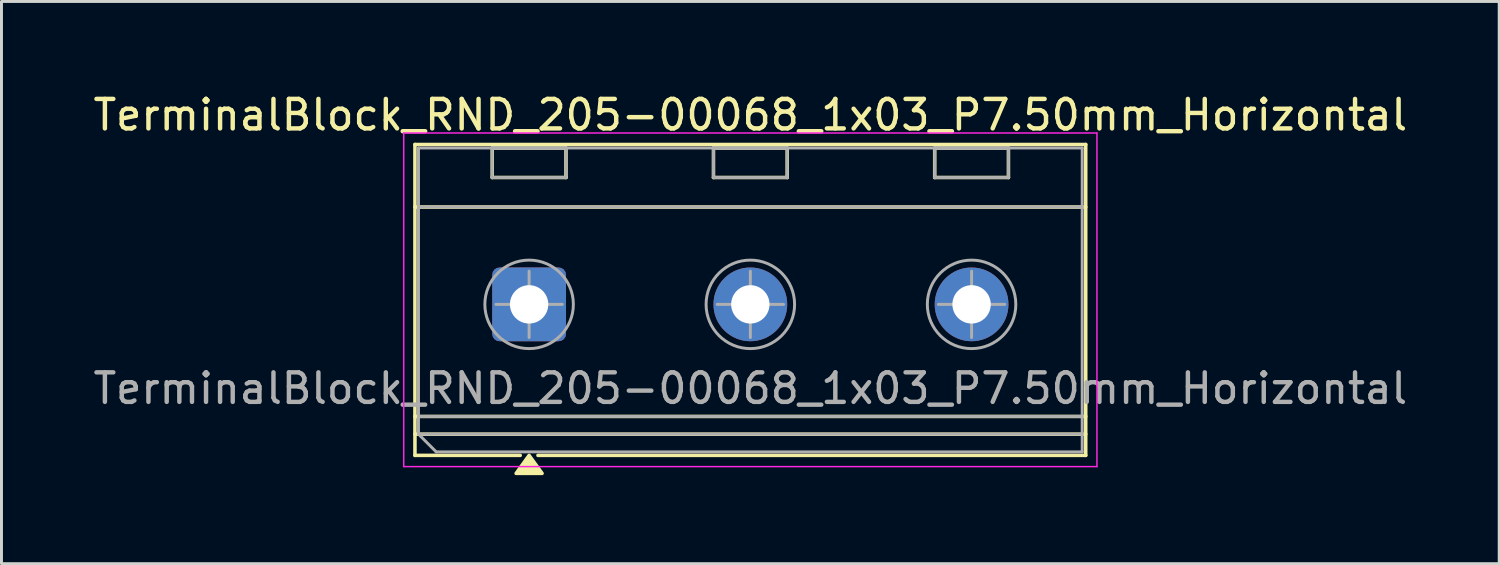
<source format=kicad_pcb>
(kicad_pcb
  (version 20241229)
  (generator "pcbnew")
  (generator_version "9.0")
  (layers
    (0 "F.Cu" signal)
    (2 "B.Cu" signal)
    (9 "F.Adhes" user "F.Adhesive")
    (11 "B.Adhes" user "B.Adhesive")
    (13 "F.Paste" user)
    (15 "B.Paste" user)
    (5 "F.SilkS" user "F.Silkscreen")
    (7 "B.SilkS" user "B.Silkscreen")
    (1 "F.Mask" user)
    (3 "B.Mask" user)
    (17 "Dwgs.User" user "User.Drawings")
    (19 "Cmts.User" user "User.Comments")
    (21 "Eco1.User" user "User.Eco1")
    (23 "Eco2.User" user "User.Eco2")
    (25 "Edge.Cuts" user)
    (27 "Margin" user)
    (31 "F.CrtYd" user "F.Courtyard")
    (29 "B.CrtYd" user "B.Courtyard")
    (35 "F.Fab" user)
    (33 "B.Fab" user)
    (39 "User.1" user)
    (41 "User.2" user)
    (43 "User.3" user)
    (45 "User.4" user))
  (footprint "TerminalBlock_RND_205-00068_1x03_P7.50mm_Horizontal"
    (layer "F.Cu")
    (at 14.887 7.268)
    (property "Reference" "TerminalBlock_RND_205-00068_1x03_P7.50mm_Horizontal" (at 7.5 -6.42 0) (layer "F.SilkS") (effects (font (size 1 1) (thickness 0.15))))
    (attr through_hole)
    (fp_line (start -3.87 -5.42) (end -3.87 5.12) (stroke (width 0.12) (type solid)) (layer "F.SilkS"))
    (fp_line (start -3.87 -5.42) (end 18.87 -5.42) (stroke (width 0.12) (type solid)) (layer "F.SilkS"))
    (fp_line (start -3.87 -3.3) (end 18.87 -3.3) (stroke (width 0.12) (type solid)) (layer "F.SilkS"))
    (fp_line (start -3.87 3.8) (end 18.87 3.8) (stroke (width 0.12) (type solid)) (layer "F.SilkS"))
    (fp_line (start -3.87 4.4) (end 18.87 4.4) (stroke (width 0.12) (type solid)) (layer "F.SilkS"))
    (fp_line (start -3.87 5.12) (end -0.3 5.12) (stroke (width 0.12) (type solid)) (layer "F.SilkS"))
    (fp_line (start -1.25 -5.3) (end -1.25 -4.3) (stroke (width 0.12) (type solid)) (layer "F.SilkS"))
    (fp_line (start -1.25 -5.3) (end 1.25 -5.3) (stroke (width 0.12) (type solid)) (layer "F.SilkS"))
    (fp_line (start -1.25 -4.3) (end 1.25 -4.3) (stroke (width 0.12) (type solid)) (layer "F.SilkS"))
    (fp_line (start 0.3 5.12) (end 18.87 5.12) (stroke (width 0.12) (type solid)) (layer "F.SilkS"))
    (fp_line (start 1.25 -5.3) (end 1.25 -4.3) (stroke (width 0.12) (type solid)) (layer "F.SilkS"))
    (fp_line (start 6.25 -5.3) (end 6.25 -4.3) (stroke (width 0.12) (type solid)) (layer "F.SilkS"))
    (fp_line (start 6.25 -5.3) (end 8.75 -5.3) (stroke (width 0.12) (type solid)) (layer "F.SilkS"))
    (fp_line (start 6.25 -4.3) (end 8.75 -4.3) (stroke (width 0.12) (type solid)) (layer "F.SilkS"))
    (fp_line (start 8.75 -5.3) (end 8.75 -4.3) (stroke (width 0.12) (type solid)) (layer "F.SilkS"))
    (fp_line (start 13.75 -5.3) (end 13.75 -4.3) (stroke (width 0.12) (type solid)) (layer "F.SilkS"))
    (fp_line (start 13.75 -5.3) (end 16.25 -5.3) (stroke (width 0.12) (type solid)) (layer "F.SilkS"))
    (fp_line (start 13.75 -4.3) (end 16.25 -4.3) (stroke (width 0.12) (type solid)) (layer "F.SilkS"))
    (fp_line (start 16.25 -5.3) (end 16.25 -4.3) (stroke (width 0.12) (type solid)) (layer "F.SilkS"))
    (fp_line (start 18.87 -5.42) (end 18.87 5.12) (stroke (width 0.12) (type solid)) (layer "F.SilkS"))
    (fp_poly (pts (xy 0 5.12) (xy 0.44 5.73) (xy -0.44 5.73)) (stroke (width 0.12) (type solid)) (fill yes) (layer "F.SilkS"))
    (fp_line (start -4.25 -5.81) (end -4.25 5.5) (stroke (width 0.05) (type solid)) (layer "F.CrtYd"))
    (fp_line (start -4.25 5.5) (end 19.25 5.5) (stroke (width 0.05) (type solid)) (layer "F.CrtYd"))
    (fp_line (start 19.25 -5.81) (end -4.25 -5.81) (stroke (width 0.05) (type solid)) (layer "F.CrtYd"))
    (fp_line (start 19.25 5.5) (end 19.25 -5.81) (stroke (width 0.05) (type solid)) (layer "F.CrtYd"))
    (fp_line (start -3.75 -5.3) (end 18.75 -5.3) (stroke (width 0.1) (type solid)) (layer "F.Fab"))
    (fp_line (start -3.75 -3.3) (end 18.75 -3.3) (stroke (width 0.1) (type solid)) (layer "F.Fab"))
    (fp_line (start -3.75 3.8) (end 18.75 3.8) (stroke (width 0.1) (type solid)) (layer "F.Fab"))
    (fp_line (start -3.75 4.4) (end -3.75 -5.3) (stroke (width 0.1) (type solid)) (layer "F.Fab"))
    (fp_line (start -3.75 4.4) (end 18.75 4.4) (stroke (width 0.1) (type solid)) (layer "F.Fab"))
    (fp_line (start -3.15 5) (end -3.75 4.4) (stroke (width 0.1) (type solid)) (layer "F.Fab"))
    (fp_line (start -1.25 -5.3) (end -1.25 -4.3) (stroke (width 0.1) (type solid)) (layer "F.Fab"))
    (fp_line (start -1.25 -4.3) (end 1.25 -4.3) (stroke (width 0.1) (type solid)) (layer "F.Fab"))
    (fp_line (start -1.125 0) (end 1.125 0) (stroke (width 0.1) (type solid)) (layer "F.Fab"))
    (fp_line (start 0 -1.125) (end 0 1.125) (stroke (width 0.1) (type solid)) (layer "F.Fab"))
    (fp_line (start 1.25 -5.3) (end -1.25 -5.3) (stroke (width 0.1) (type solid)) (layer "F.Fab"))
    (fp_line (start 1.25 -4.3) (end 1.25 -5.3) (stroke (width 0.1) (type solid)) (layer "F.Fab"))
    (fp_line (start 6.25 -5.3) (end 6.25 -4.3) (stroke (width 0.1) (type solid)) (layer "F.Fab"))
    (fp_line (start 6.25 -4.3) (end 8.75 -4.3) (stroke (width 0.1) (type solid)) (layer "F.Fab"))
    (fp_line (start 6.375 0) (end 8.625 0) (stroke (width 0.1) (type solid)) (layer "F.Fab"))
    (fp_line (start 7.5 -1.125) (end 7.5 1.125) (stroke (width 0.1) (type solid)) (layer "F.Fab"))
    (fp_line (start 8.75 -5.3) (end 6.25 -5.3) (stroke (width 0.1) (type solid)) (layer "F.Fab"))
    (fp_line (start 8.75 -4.3) (end 8.75 -5.3) (stroke (width 0.1) (type solid)) (layer "F.Fab"))
    (fp_line (start 13.75 -5.3) (end 13.75 -4.3) (stroke (width 0.1) (type solid)) (layer "F.Fab"))
    (fp_line (start 13.75 -4.3) (end 16.25 -4.3) (stroke (width 0.1) (type solid)) (layer "F.Fab"))
    (fp_line (start 13.875 0) (end 16.125 0) (stroke (width 0.1) (type solid)) (layer "F.Fab"))
    (fp_line (start 15 -1.125) (end 15 1.125) (stroke (width 0.1) (type solid)) (layer "F.Fab"))
    (fp_line (start 16.25 -5.3) (end 13.75 -5.3) (stroke (width 0.1) (type solid)) (layer "F.Fab"))
    (fp_line (start 16.25 -4.3) (end 16.25 -5.3) (stroke (width 0.1) (type solid)) (layer "F.Fab"))
    (fp_line (start 18.75 -5.3) (end 18.75 5) (stroke (width 0.1) (type solid)) (layer "F.Fab"))
    (fp_line (start 18.75 5) (end -3.15 5) (stroke (width 0.1) (type solid)) (layer "F.Fab"))
    (fp_circle (center 0 0) (end 1.5 0) (stroke (width 0.1) (type solid)) (fill no) (layer "F.Fab"))
    (fp_circle (center 7.5 0) (end 9 0) (stroke (width 0.1) (type solid)) (fill no) (layer "F.Fab"))
    (fp_circle (center 15 0) (end 16.5 0) (stroke (width 0.1) (type solid)) (fill no) (layer "F.Fab"))
    (fp_text user "${REFERENCE}" (at 7.5 2.85 0) (layer "F.Fab") (effects (font (size 1 1) (thickness 0.15))))
    (pad "1" thru_hole roundrect (at 0 0) (size 2.5 2.5) (drill 1.3) (layers "*.Cu" "*.Mask") (roundrect_rratio 0.1))
    (pad "2" thru_hole circle (at 7.5 0) (size 2.5 2.5) (drill 1.3) (layers "*.Cu" "*.Mask"))
    (pad "3" thru_hole circle (at 15 0) (size 2.5 2.5) (drill 1.3) (layers "*.Cu" "*.Mask")))
  (gr_rect
    (start -3 -3)
    (end 47.774 16.058)
    (stroke (width 0.1) (type default))
    (fill no)
    (layer "Edge.Cuts")))
</source>
